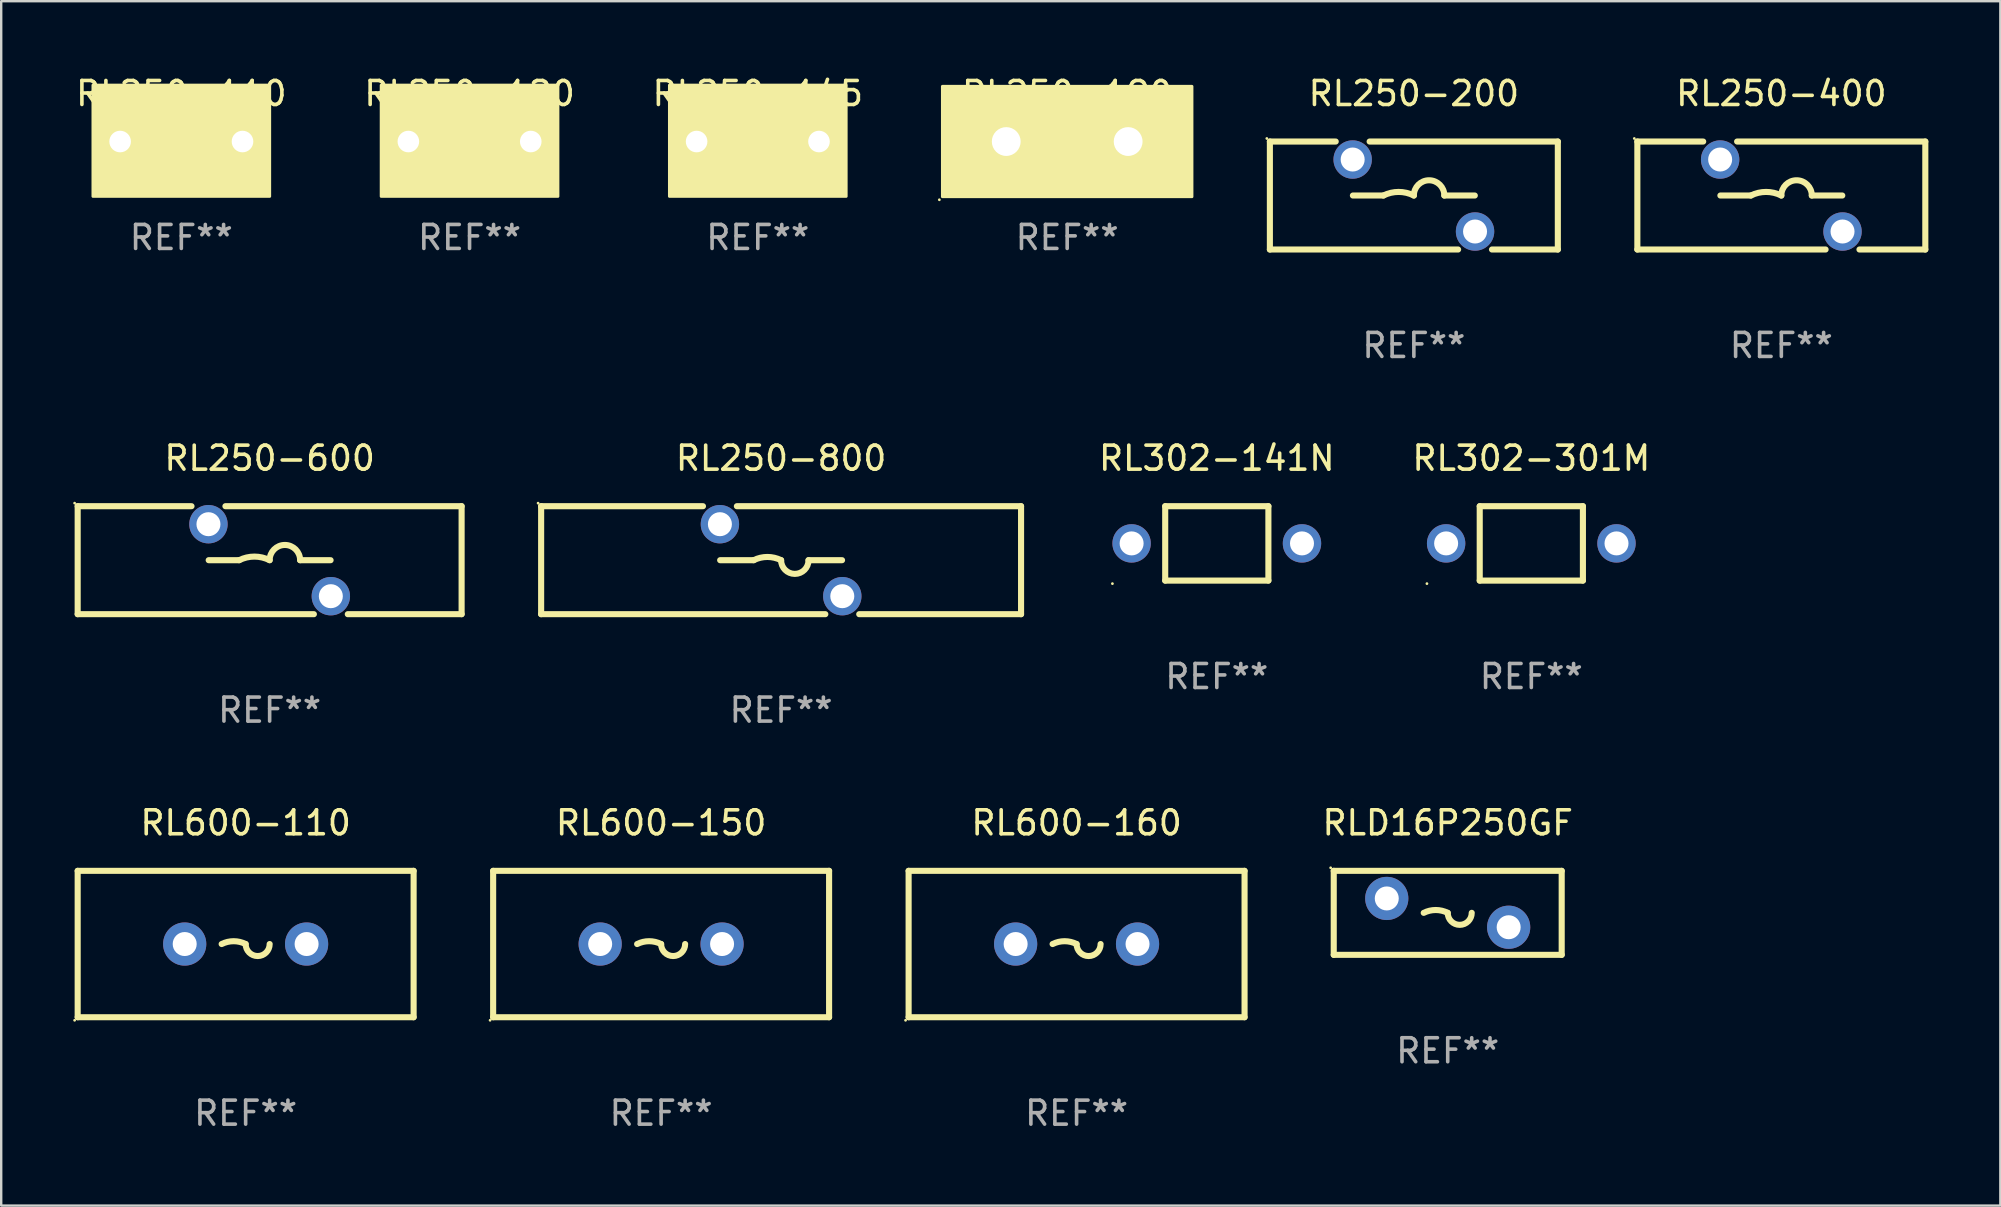
<source format=kicad_pcb>
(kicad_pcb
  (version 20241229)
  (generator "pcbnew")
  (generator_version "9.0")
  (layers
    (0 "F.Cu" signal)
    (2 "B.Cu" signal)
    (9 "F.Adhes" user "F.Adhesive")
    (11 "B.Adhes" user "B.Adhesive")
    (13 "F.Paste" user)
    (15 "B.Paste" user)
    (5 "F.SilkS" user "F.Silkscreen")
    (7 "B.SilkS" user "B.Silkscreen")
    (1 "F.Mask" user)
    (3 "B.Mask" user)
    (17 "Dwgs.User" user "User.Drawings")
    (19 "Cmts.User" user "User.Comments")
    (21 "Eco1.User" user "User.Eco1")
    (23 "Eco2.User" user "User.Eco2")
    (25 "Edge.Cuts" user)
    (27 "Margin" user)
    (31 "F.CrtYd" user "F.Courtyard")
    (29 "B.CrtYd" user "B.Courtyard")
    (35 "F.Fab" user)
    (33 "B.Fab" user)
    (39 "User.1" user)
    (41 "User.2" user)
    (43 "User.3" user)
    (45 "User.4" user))
  (footprint "RL600-160"
    (layer "F.Cu")
    (at 41.815 36.291)
    (property "Reference" "RL600-160" (at 0 -5.05 0) (layer "F.SilkS") (effects (font (size 1 1) (thickness 0.15))))
    (attr through_hole)
    (fp_line (start -7 -3.05) (end 7 -3.05) (stroke (width 0.254) (type solid)) (layer "F.SilkS"))
    (fp_line (start -7 3.05) (end -7 -3.05) (stroke (width 0.254) (type solid)) (layer "F.SilkS"))
    (fp_line (start -7 3.05) (end 7 3.05) (stroke (width 0.254) (type solid)) (layer "F.SilkS"))
    (fp_line (start 7 -3.05) (end 7 3.05) (stroke (width 0.254) (type solid)) (layer "F.SilkS"))
    (fp_arc (start -1 0) (mid -0.5 -0.118021) (end 0 0) (stroke (width 0.254001) (type solid)) (layer "F.SilkS"))
    (fp_arc (start 1.000762 0) (mid 0.500381 0.500127) (end 0 0) (stroke (width 0.254001) (type solid)) (layer "F.SilkS"))
    (fp_circle (center -7.127 3.177) (end -7.097 3.177) (stroke (width 0.06) (type solid)) (fill no) (layer "F.SilkS"))
    (fp_text user "REF**" (at 0 7.05 0) (layer "F.Fab") (effects (font (size 1 1) (thickness 0.15))))
    (pad "1" thru_hole circle (at -2.54 0) (size 1.8 1.8) (drill 1) (layers "*.Cu" "*.Mask"))
    (pad "2" thru_hole circle (at 2.54 0) (size 1.8 1.8) (drill 1) (layers "*.Cu" "*.Mask")))
  (footprint "RL250-600"
    (layer "F.Cu")
    (at 8.187 20.295)
    (property "Reference" "RL250-600" (at 0 -4.25 0) (layer "F.SilkS") (effects (font (size 1 1) (thickness 0.15))))
    (attr through_hole)
    (fp_line (start -8 -2.25) (end -3.256 -2.25) (stroke (width 0.254) (type solid)) (layer "F.SilkS"))
    (fp_line (start -8 2.25) (end -8 -2.25) (stroke (width 0.254) (type solid)) (layer "F.SilkS"))
    (fp_line (start -8 2.25) (end 1.843 2.25) (stroke (width 0.254) (type solid)) (layer "F.SilkS"))
    (fp_line (start -2.54 0) (end -1.27 0) (stroke (width 0.254) (type solid)) (layer "F.SilkS"))
    (fp_line (start -1.843 -2.25) (end 8 -2.25) (stroke (width 0.254) (type solid)) (layer "F.SilkS"))
    (fp_line (start 2.54 0) (end 1.27 0) (stroke (width 0.254) (type solid)) (layer "F.SilkS"))
    (fp_line (start 3.256 2.25) (end 8 2.25) (stroke (width 0.254) (type solid)) (layer "F.SilkS"))
    (fp_line (start 8 -2.25) (end 8 2.25) (stroke (width 0.254) (type solid)) (layer "F.SilkS"))
    (fp_arc (start -1.270003 0) (mid -0.635001 -0.149904) (end 0 0) (stroke (width 0.254001) (type solid)) (layer "F.SilkS"))
    (fp_arc (start -0.000001 0) (mid 0.635001 -0.635002) (end 1.270003 0) (stroke (width 0.254001) (type solid)) (layer "F.SilkS"))
    (fp_circle (center -8.127 -2.377) (end -8.097 -2.377) (stroke (width 0.06) (type solid)) (fill no) (layer "F.SilkS"))
    (fp_text user "REF**" (at 0 6.25 0) (layer "F.Fab") (effects (font (size 1 1) (thickness 0.15))))
    (pad "1" thru_hole circle (at -2.55 -1.5) (size 1.6 1.6) (drill 1) (layers "*.Cu" "*.Mask"))
    (pad "2" thru_hole circle (at 2.55 1.5) (size 1.6 1.6) (drill 1) (layers "*.Cu" "*.Mask")))
  (footprint "RL250-200"
    (layer "F.Cu")
    (at 55.87 5.098)
    (property "Reference" "RL250-200" (at 0 -4.25 0) (layer "F.SilkS") (effects (font (size 1 1) (thickness 0.15))))
    (attr through_hole)
    (fp_line (start -6 -2.25) (end -3.256 -2.25) (stroke (width 0.254) (type solid)) (layer "F.SilkS"))
    (fp_line (start -6 2.25) (end -6 -2.25) (stroke (width 0.254) (type solid)) (layer "F.SilkS"))
    (fp_line (start -2.54 -0.000025) (end -1.27 -0.000025) (stroke (width 0.254) (type solid)) (layer "F.SilkS"))
    (fp_line (start -1.843 -2.25) (end 6 -2.25) (stroke (width 0.254) (type solid)) (layer "F.SilkS"))
    (fp_line (start 1.844 2.25) (end -6 2.25) (stroke (width 0.254) (type solid)) (layer "F.SilkS"))
    (fp_line (start 2.54 -0.000025) (end 1.27 -0.000025) (stroke (width 0.254) (type solid)) (layer "F.SilkS"))
    (fp_line (start 6 -2.25) (end 6 2.25) (stroke (width 0.254) (type solid)) (layer "F.SilkS"))
    (fp_line (start 6 2.25) (end 3.256 2.25) (stroke (width 0.254) (type solid)) (layer "F.SilkS"))
    (fp_arc (start -1.270003 -0.000025) (mid -0.635002 -0.149929) (end -0.000001 -0.000026) (stroke (width 0.254001) (type solid)) (layer "F.SilkS"))
    (fp_arc (start -0.000255 0.000229) (mid 0.634747 -0.6349) (end 1.270003 -0.000025) (stroke (width 0.254001) (type solid)) (layer "F.SilkS"))
    (fp_circle (center -6.127 -2.377) (end -6.097 -2.377) (stroke (width 0.06) (type solid)) (fill no) (layer "F.SilkS"))
    (fp_text user "REF**" (at 0 6.25 0) (layer "F.Fab") (effects (font (size 1 1) (thickness 0.15))))
    (pad "1" thru_hole circle (at -2.55 -1.5) (size 1.6 1.6) (drill 1) (layers "*.Cu" "*.Mask"))
    (pad "2" thru_hole circle (at 2.55 1.5) (size 1.6 1.6) (drill 1) (layers "*.Cu" "*.Mask")))
  (footprint "RL250-800"
    (layer "F.Cu")
    (at 29.501 20.295)
    (property "Reference" "RL250-800" (at 0 -4.25 0) (layer "F.SilkS") (effects (font (size 1 1) (thickness 0.15))))
    (attr through_hole)
    (fp_line (start -10 -2.25) (end -3.256 -2.25) (stroke (width 0.254) (type solid)) (layer "F.SilkS"))
    (fp_line (start -10 2.25) (end -10 -2.25) (stroke (width 0.254) (type solid)) (layer "F.SilkS"))
    (fp_line (start -10 2.25) (end 1.843 2.25) (stroke (width 0.254) (type solid)) (layer "F.SilkS"))
    (fp_line (start -2.54 -0.000025) (end -1.143 -0.000025) (stroke (width 0.254) (type solid)) (layer "F.SilkS"))
    (fp_line (start -1.843 -2.25) (end 10 -2.25) (stroke (width 0.254) (type solid)) (layer "F.SilkS"))
    (fp_line (start 2.54 -0.000025) (end 1.143 -0.000025) (stroke (width 0.254) (type solid)) (layer "F.SilkS"))
    (fp_line (start 3.256 2.25) (end 10 2.25) (stroke (width 0.254) (type solid)) (layer "F.SilkS"))
    (fp_line (start 10 -2.25) (end 10 2.25) (stroke (width 0.254) (type solid)) (layer "F.SilkS"))
    (fp_arc (start -1.143015 -0.000025) (mid -0.571514 -0.134938) (end -0.000013 -0.000025) (stroke (width 0.254001) (type solid)) (layer "F.SilkS"))
    (fp_arc (start 1.14299 -0.000025) (mid 0.571488 0.571096) (end 0.00024 -0.000279) (stroke (width 0.254001) (type solid)) (layer "F.SilkS"))
    (fp_circle (center -10.127 -2.377) (end -10.097 -2.377) (stroke (width 0.06) (type solid)) (fill no) (layer "F.SilkS"))
    (fp_text user "REF**" (at 0 6.25 0) (layer "F.Fab") (effects (font (size 1 1) (thickness 0.15))))
    (pad "1" thru_hole circle (at -2.55 -1.5) (size 1.6 1.6) (drill 1) (layers "*.Cu" "*.Mask"))
    (pad "2" thru_hole circle (at 2.55 1.5) (size 1.6 1.6) (drill 1) (layers "*.Cu" "*.Mask")))
  (footprint "RL250-120"
    (layer "F.Cu")
    (at 16.518 2.848)
    (property "Reference" "RL250-120" (at 0 -2 0) (layer "F.SilkS") (effects (font (size 1 1) (thickness 0.15))))
    (attr through_hole)
    (fp_line (start -1.103 0) (end -1.403 0) (stroke (width 0.254) (type solid)) (layer "F.SilkS"))
    (fp_line (start 0.897 0) (end 1.197 0) (stroke (width 0.254) (type solid)) (layer "F.SilkS"))
    (fp_arc (start -1.103759 0) (mid -0.603378 -0.118151) (end -0.102997 0) (stroke (width 0.254001) (type solid)) (layer "F.SilkS"))
    (fp_arc (start 0.897765 0) (mid 0.397384 0.500127) (end -0.102997 0) (stroke (width 0.254001) (type solid)) (layer "F.SilkS"))
    (fp_circle (center -3.5 2.25) (end -3.47 2.25) (stroke (width 0.06) (type solid)) (fill no) (layer "F.SilkS"))
    (fp_poly (pts (xy -3.683 -2.35) (xy 3.683 -2.35) (xy 3.683 2.286) (xy -3.683 2.286)) (stroke (width 0.12) (type solid)) (fill yes) (layer "F.SilkS"))
    (fp_text user "REF**" (at 0 4 0) (layer "F.Fab") (effects (font (size 1 1) (thickness 0.15))))
    (pad "1" thru_hole circle (at -2.55 0) (size 1.524 1.524) (drill 0.9) (layers "*.Cu" "*.Mask"))
    (pad "2" thru_hole circle (at 2.55 0) (size 1.524 1.524) (drill 0.9) (layers "*.Cu" "*.Mask")))
  (footprint "RL302-301M"
    (layer "F.Cu")
    (at 60.765 19.595)
    (property "Reference" "RL302-301M" (at 0 -3.55 0) (layer "F.SilkS") (effects (font (size 1 1) (thickness 0.15))))
    (attr through_hole)
    (fp_line (start -2.15 -1.55) (end 2.15 -1.55) (stroke (width 0.254) (type solid)) (layer "F.SilkS"))
    (fp_line (start -2.15 1.55) (end -2.15 -1.55) (stroke (width 0.254) (type solid)) (layer "F.SilkS"))
    (fp_line (start 2.15 -1.55) (end 2.15 1.549) (stroke (width 0.254) (type solid)) (layer "F.SilkS"))
    (fp_line (start 2.15 1.55) (end -2.15 1.55) (stroke (width 0.254) (type solid)) (layer "F.SilkS"))
    (fp_circle (center -4.35 1.677) (end -4.32 1.677) (stroke (width 0.06) (type solid)) (fill no) (layer "F.SilkS"))
    (fp_text user "REF**" (at 0 5.55 0) (layer "F.Fab") (effects (font (size 1 1) (thickness 0.15))))
    (pad "1" thru_hole circle (at -3.55 0) (size 1.6 1.6) (drill 1) (layers "*.Cu" "*.Mask"))
    (pad "2" thru_hole circle (at 3.55 0) (size 1.6 1.6) (drill 1) (layers "*.Cu" "*.Mask")))
  (footprint "RL250-400"
    (layer "F.Cu")
    (at 71.184 5.098)
    (property "Reference" "RL250-400" (at 0 -4.25 0) (layer "F.SilkS") (effects (font (size 1 1) (thickness 0.15))))
    (attr through_hole)
    (fp_line (start -6 -2.25) (end -3.256 -2.25) (stroke (width 0.254) (type solid)) (layer "F.SilkS"))
    (fp_line (start -6 2.25) (end -6 -2.25) (stroke (width 0.254) (type solid)) (layer "F.SilkS"))
    (fp_line (start -2.54 -0.000025) (end -1.27 -0.000025) (stroke (width 0.254) (type solid)) (layer "F.SilkS"))
    (fp_line (start -1.843 -2.25) (end 6 -2.25) (stroke (width 0.254) (type solid)) (layer "F.SilkS"))
    (fp_line (start 1.844 2.25) (end -6 2.25) (stroke (width 0.254) (type solid)) (layer "F.SilkS"))
    (fp_line (start 2.54 -0.000025) (end 1.27 -0.000025) (stroke (width 0.254) (type solid)) (layer "F.SilkS"))
    (fp_line (start 6 -2.25) (end 6 2.25) (stroke (width 0.254) (type solid)) (layer "F.SilkS"))
    (fp_line (start 6 2.25) (end 3.256 2.25) (stroke (width 0.254) (type solid)) (layer "F.SilkS"))
    (fp_arc (start -1.270003 -0.000025) (mid -0.635002 -0.149929) (end -0.000001 -0.000026) (stroke (width 0.254001) (type solid)) (layer "F.SilkS"))
    (fp_arc (start -0.000255 0.000229) (mid 0.634747 -0.6349) (end 1.270003 -0.000025) (stroke (width 0.254001) (type solid)) (layer "F.SilkS"))
    (fp_circle (center -6.127 -2.377) (end -6.097 -2.377) (stroke (width 0.06) (type solid)) (fill no) (layer "F.SilkS"))
    (fp_text user "REF**" (at 0 6.25 0) (layer "F.Fab") (effects (font (size 1 1) (thickness 0.15))))
    (pad "1" thru_hole circle (at -2.55 -1.5) (size 1.6 1.6) (drill 1) (layers "*.Cu" "*.Mask"))
    (pad "2" thru_hole circle (at 2.55 1.5) (size 1.6 1.6) (drill 1) (layers "*.Cu" "*.Mask")))
  (footprint "RL302-141N"
    (layer "F.Cu")
    (at 47.658 19.595)
    (property "Reference" "RL302-141N" (at 0 -3.55 0) (layer "F.SilkS") (effects (font (size 1 1) (thickness 0.15))))
    (attr through_hole)
    (fp_line (start -2.15 -1.55) (end 2.15 -1.55) (stroke (width 0.254) (type solid)) (layer "F.SilkS"))
    (fp_line (start -2.15 1.55) (end -2.15 -1.55) (stroke (width 0.254) (type solid)) (layer "F.SilkS"))
    (fp_line (start 2.15 -1.55) (end 2.15 1.549) (stroke (width 0.254) (type solid)) (layer "F.SilkS"))
    (fp_line (start 2.15 1.55) (end -2.15 1.55) (stroke (width 0.254) (type solid)) (layer "F.SilkS"))
    (fp_circle (center -4.35 1.677) (end -4.32 1.677) (stroke (width 0.06) (type solid)) (fill no) (layer "F.SilkS"))
    (fp_text user "REF**" (at 0 5.55 0) (layer "F.Fab") (effects (font (size 1 1) (thickness 0.15))))
    (pad "1" thru_hole circle (at -3.55 0) (size 1.6 1.6) (drill 1) (layers "*.Cu" "*.Mask"))
    (pad "2" thru_hole circle (at 3.55 0) (size 1.6 1.6) (drill 1) (layers "*.Cu" "*.Mask")))
  (footprint "RL250-110"
    (layer "F.Cu")
    (at 4.506 2.848)
    (property "Reference" "RL250-110" (at 0 -2 0) (layer "F.SilkS") (effects (font (size 1 1) (thickness 0.15))))
    (attr through_hole)
    (fp_line (start -1.103 0) (end -1.403 0) (stroke (width 0.254) (type solid)) (layer "F.SilkS"))
    (fp_line (start 0.897 0) (end 1.197 0) (stroke (width 0.254) (type solid)) (layer "F.SilkS"))
    (fp_arc (start -1.103759 0) (mid -0.603378 -0.118151) (end -0.102997 0) (stroke (width 0.254001) (type solid)) (layer "F.SilkS"))
    (fp_arc (start 0.897765 0) (mid 0.397384 0.500127) (end -0.102997 0) (stroke (width 0.254001) (type solid)) (layer "F.SilkS"))
    (fp_circle (center -3.5 2.25) (end -3.47 2.25) (stroke (width 0.06) (type solid)) (fill no) (layer "F.SilkS"))
    (fp_poly (pts (xy -3.683 -2.35) (xy 3.683 -2.35) (xy 3.683 2.286) (xy -3.683 2.286)) (stroke (width 0.12) (type solid)) (fill yes) (layer "F.SilkS"))
    (fp_text user "REF**" (at 0 4 0) (layer "F.Fab") (effects (font (size 1 1) (thickness 0.15))))
    (pad "1" thru_hole circle (at -2.55 0) (size 1.524 1.524) (drill 0.9) (layers "*.Cu" "*.Mask"))
    (pad "2" thru_hole circle (at 2.55 0) (size 1.524 1.524) (drill 0.9) (layers "*.Cu" "*.Mask")))
  (footprint "RL600-150"
    (layer "F.Cu")
    (at 24.501 36.291)
    (property "Reference" "RL600-150" (at 0 -5.05 0) (layer "F.SilkS") (effects (font (size 1 1) (thickness 0.15))))
    (attr through_hole)
    (fp_line (start -7 -3.05) (end 7 -3.05) (stroke (width 0.254) (type solid)) (layer "F.SilkS"))
    (fp_line (start -7 3.05) (end -7 -3.05) (stroke (width 0.254) (type solid)) (layer "F.SilkS"))
    (fp_line (start -7 3.05) (end 7 3.05) (stroke (width 0.254) (type solid)) (layer "F.SilkS"))
    (fp_line (start 7 -3.05) (end 7 3.05) (stroke (width 0.254) (type solid)) (layer "F.SilkS"))
    (fp_arc (start -1 0) (mid -0.5 -0.118021) (end 0 0) (stroke (width 0.254001) (type solid)) (layer "F.SilkS"))
    (fp_arc (start 1.000762 0) (mid 0.500381 0.500127) (end 0 0) (stroke (width 0.254001) (type solid)) (layer "F.SilkS"))
    (fp_circle (center -7.127 3.177) (end -7.097 3.177) (stroke (width 0.06) (type solid)) (fill no) (layer "F.SilkS"))
    (fp_text user "REF**" (at 0 7.05 0) (layer "F.Fab") (effects (font (size 1 1) (thickness 0.15))))
    (pad "1" thru_hole circle (at -2.54 0) (size 1.8 1.8) (drill 1) (layers "*.Cu" "*.Mask"))
    (pad "2" thru_hole circle (at 2.54 0) (size 1.8 1.8) (drill 1) (layers "*.Cu" "*.Mask")))
  (footprint "RL250-145"
    (layer "F.Cu")
    (at 28.53 2.848)
    (property "Reference" "RL250-145" (at 0 -2 0) (layer "F.SilkS") (effects (font (size 1 1) (thickness 0.15))))
    (attr through_hole)
    (fp_line (start -1.103 0) (end -1.403 0) (stroke (width 0.254) (type solid)) (layer "F.SilkS"))
    (fp_line (start 0.897 0) (end 1.197 0) (stroke (width 0.254) (type solid)) (layer "F.SilkS"))
    (fp_arc (start -1.103759 0) (mid -0.603378 -0.118151) (end -0.102997 0) (stroke (width 0.254001) (type solid)) (layer "F.SilkS"))
    (fp_arc (start 0.897765 0) (mid 0.397384 0.500127) (end -0.102997 0) (stroke (width 0.254001) (type solid)) (layer "F.SilkS"))
    (fp_circle (center -3.5 2.25) (end -3.47 2.25) (stroke (width 0.06) (type solid)) (fill no) (layer "F.SilkS"))
    (fp_poly (pts (xy -3.683 -2.35) (xy 3.683 -2.35) (xy 3.683 2.286) (xy -3.683 2.286)) (stroke (width 0.12) (type solid)) (fill yes) (layer "F.SilkS"))
    (fp_text user "REF**" (at 0 4 0) (layer "F.Fab") (effects (font (size 1 1) (thickness 0.15))))
    (pad "1" thru_hole circle (at -2.55 0) (size 1.524 1.524) (drill 0.9) (layers "*.Cu" "*.Mask"))
    (pad "2" thru_hole circle (at 2.55 0) (size 1.524 1.524) (drill 0.9) (layers "*.Cu" "*.Mask")))
  (footprint "RLD16P250GF"
    (layer "F.Cu")
    (at 57.281 34.991)
    (property "Reference" "RLD16P250GF" (at 0 -3.75 0) (layer "F.SilkS") (effects (font (size 1 1) (thickness 0.15))))
    (attr through_hole)
    (fp_line (start -4.75 -1.75) (end -4.75 1.75) (stroke (width 0.254) (type solid)) (layer "F.SilkS"))
    (fp_line (start -4.75 -1.75) (end 4.75 -1.75) (stroke (width 0.254) (type solid)) (layer "F.SilkS"))
    (fp_line (start 4.75 -1.75) (end 4.75 1.75) (stroke (width 0.254) (type solid)) (layer "F.SilkS"))
    (fp_line (start 4.75 1.75) (end -4.75 1.75) (stroke (width 0.254) (type solid)) (layer "F.SilkS"))
    (fp_arc (start -1 -0.000013) (mid -0.5 -0.118034) (end 0 -0.000013) (stroke (width 0.254001) (type solid)) (layer "F.SilkS"))
    (fp_arc (start 1.000762 -0.000013) (mid 0.500381 0.500114) (end 0 -0.000013) (stroke (width 0.254001) (type solid)) (layer "F.SilkS"))
    (fp_circle (center -4.877 -1.877) (end -4.847 -1.877) (stroke (width 0.06) (type solid)) (fill no) (layer "F.SilkS"))
    (fp_text user "REF**" (at 0 5.75 0) (layer "F.Fab") (effects (font (size 1 1) (thickness 0.15))))
    (pad "1" thru_hole circle (at -2.54 -0.6) (size 1.8 1.8) (drill 1) (layers "*.Cu" "*.Mask"))
    (pad "2" thru_hole circle (at 2.54 0.6) (size 1.8 1.8) (drill 1) (layers "*.Cu" "*.Mask")))
  (footprint "RL600-110"
    (layer "F.Cu")
    (at 7.187 36.291)
    (property "Reference" "RL600-110" (at 0 -5.05 0) (layer "F.SilkS") (effects (font (size 1 1) (thickness 0.15))))
    (attr through_hole)
    (fp_line (start -7 -3.05) (end 7 -3.05) (stroke (width 0.254) (type solid)) (layer "F.SilkS"))
    (fp_line (start -7 3.05) (end -7 -3.05) (stroke (width 0.254) (type solid)) (layer "F.SilkS"))
    (fp_line (start -7 3.05) (end 7 3.05) (stroke (width 0.254) (type solid)) (layer "F.SilkS"))
    (fp_line (start 7 -3.05) (end 7 3.05) (stroke (width 0.254) (type solid)) (layer "F.SilkS"))
    (fp_arc (start -1 0) (mid -0.5 -0.118021) (end 0 0) (stroke (width 0.254001) (type solid)) (layer "F.SilkS"))
    (fp_arc (start 1.000762 0) (mid 0.500381 0.500127) (end 0 0) (stroke (width 0.254001) (type solid)) (layer "F.SilkS"))
    (fp_circle (center -7.127 3.177) (end -7.097 3.177) (stroke (width 0.06) (type solid)) (fill no) (layer "F.SilkS"))
    (fp_text user "REF**" (at 0 7.05 0) (layer "F.Fab") (effects (font (size 1 1) (thickness 0.15))))
    (pad "1" thru_hole circle (at -2.54 0) (size 1.8 1.8) (drill 1) (layers "*.Cu" "*.Mask"))
    (pad "2" thru_hole circle (at 2.54 0) (size 1.8 1.8) (drill 1) (layers "*.Cu" "*.Mask")))
  (footprint "RL250-180"
    (layer "F.Cu")
    (at 41.423 2.848)
    (property "Reference" "RL250-180" (at 0 -2 0) (layer "F.SilkS") (effects (font (size 1 1) (thickness 0.15))))
    (attr through_hole)
    (fp_line (start -1 0) (end -2 0) (stroke (width 0.254) (type solid)) (layer "F.SilkS"))
    (fp_line (start 1 0) (end 2 0) (stroke (width 0.254) (type solid)) (layer "F.SilkS"))
    (fp_arc (start -1 0) (mid -0.5 -0.118021) (end 0 0) (stroke (width 0.254001) (type solid)) (layer "F.SilkS"))
    (fp_arc (start 1.000762 0) (mid 0.500381 0.500127) (end 0 0) (stroke (width 0.254001) (type solid)) (layer "F.SilkS"))
    (fp_circle (center -5.327 2.427) (end -5.297 2.427) (stroke (width 0.06) (type solid)) (fill no) (layer "F.SilkS"))
    (fp_poly (pts (xy -5.2 -2.3) (xy 5.2 -2.3) (xy 5.2 2.3) (xy -5.2 2.3)) (stroke (width 0.12) (type solid)) (fill yes) (layer "F.SilkS"))
    (fp_text user "REF**" (at 0 4 0) (layer "F.Fab") (effects (font (size 1 1) (thickness 0.15))))
    (pad "1" thru_hole circle (at -2.54 0) (size 2 2) (drill 1.2) (layers "*.Cu" "*.Mask"))
    (pad "2" thru_hole circle (at 2.54 0) (size 2 2) (drill 1.2) (layers "*.Cu" "*.Mask")))
  (gr_rect
    (start -3 -3)
    (end 80.311 47.19)
    (stroke (width 0.1) (type default))
    (fill no)
    (layer "Edge.Cuts")))
</source>
